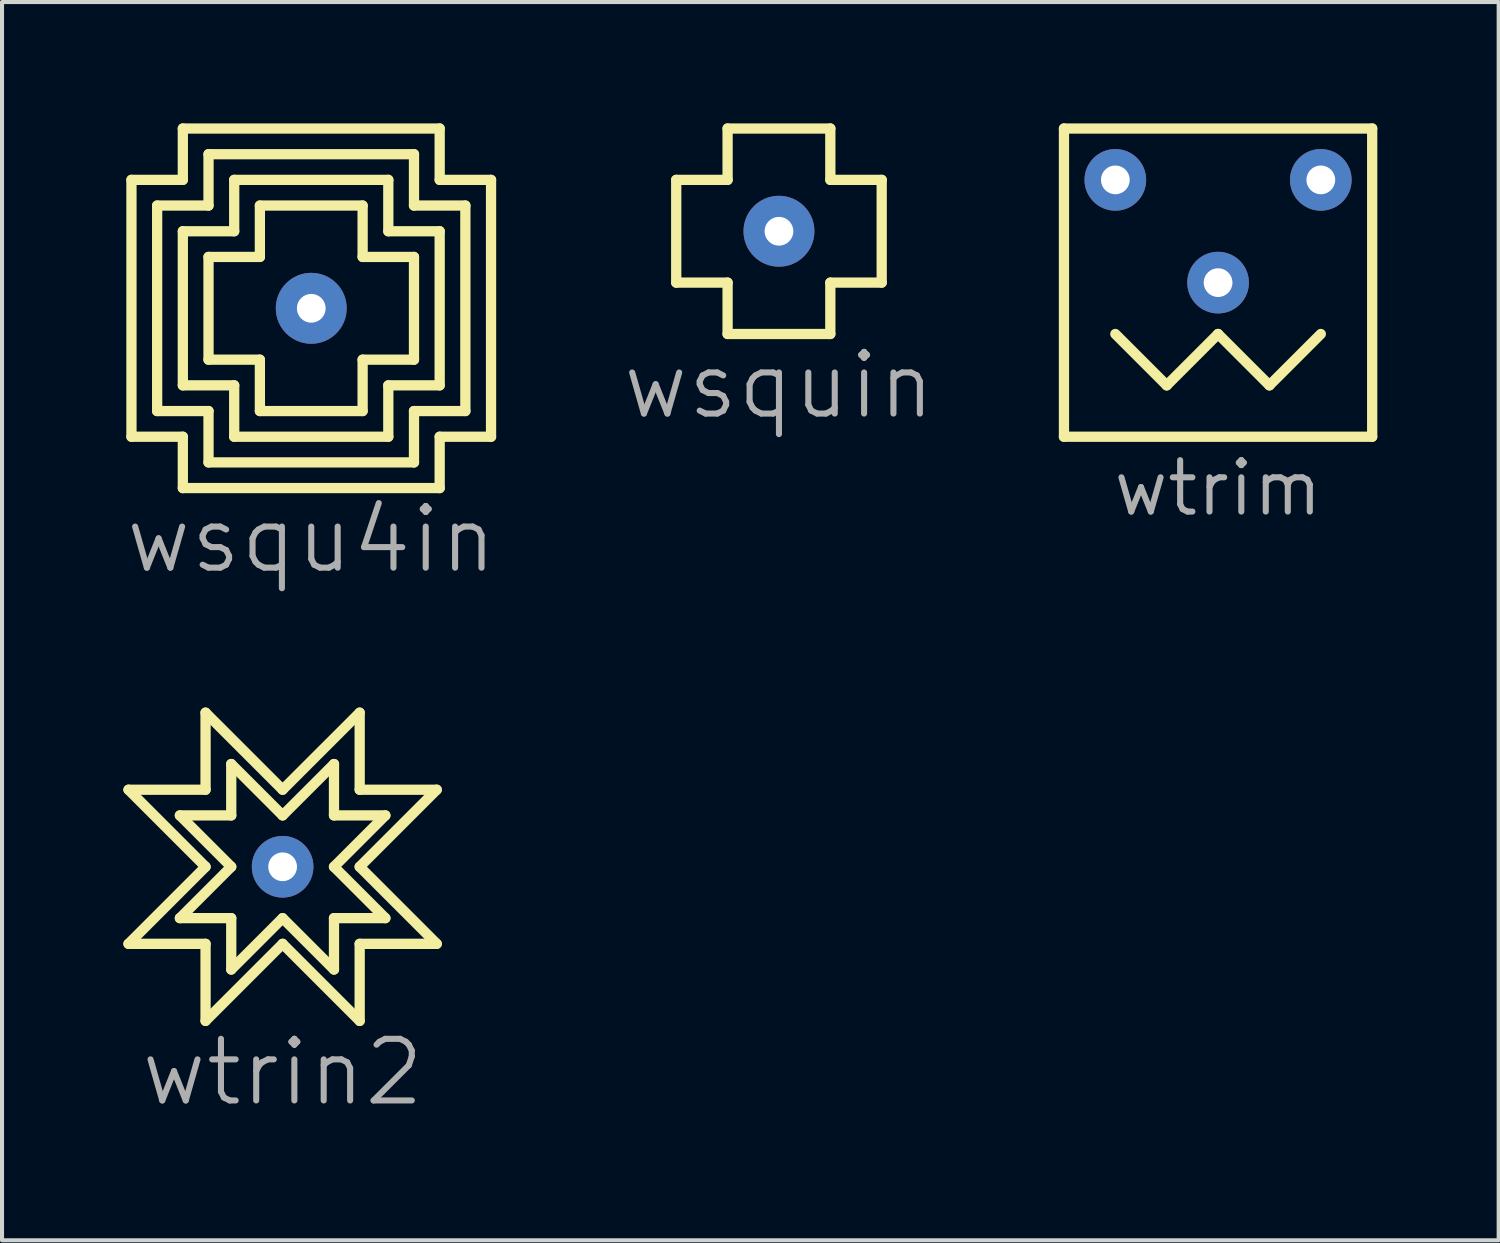
<source format=kicad_pcb>
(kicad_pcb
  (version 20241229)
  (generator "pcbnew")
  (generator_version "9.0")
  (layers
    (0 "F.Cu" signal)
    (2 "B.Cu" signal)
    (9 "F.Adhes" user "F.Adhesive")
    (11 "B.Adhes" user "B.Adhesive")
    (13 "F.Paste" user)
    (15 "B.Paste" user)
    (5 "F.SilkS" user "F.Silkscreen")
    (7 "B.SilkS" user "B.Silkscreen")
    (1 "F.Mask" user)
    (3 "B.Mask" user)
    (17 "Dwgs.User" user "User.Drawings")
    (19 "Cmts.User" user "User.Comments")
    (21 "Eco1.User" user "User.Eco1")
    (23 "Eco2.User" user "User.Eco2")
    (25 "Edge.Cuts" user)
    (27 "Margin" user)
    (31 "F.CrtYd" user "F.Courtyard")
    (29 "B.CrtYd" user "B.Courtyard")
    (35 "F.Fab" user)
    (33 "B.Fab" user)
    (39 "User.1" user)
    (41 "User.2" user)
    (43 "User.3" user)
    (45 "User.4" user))
  (footprint "wtrim"
    (layer "F.Cu")
    (at 24.524 1.397)
    (property "Reference" "wtrim" (at 2.54 7.62 0) (layer "F.Fab") (effects (font (size 1.27 1.27) (thickness 0.15))))
    (attr through_hole)
    (fp_line (start -1.27 -1.27) (end 6.35 -1.27) (stroke (width 0.254) (type default)) (layer "F.SilkS"))
    (fp_line (start -1.27 6.35) (end -1.27 -1.27) (stroke (width 0.254) (type default)) (layer "F.SilkS"))
    (fp_line (start 0 3.81) (end 1.27 5.08) (stroke (width 0.254) (type default)) (layer "F.SilkS"))
    (fp_line (start 1.27 5.08) (end 2.54 3.81) (stroke (width 0.254) (type default)) (layer "F.SilkS"))
    (fp_line (start 2.54 3.81) (end 3.81 5.08) (stroke (width 0.254) (type default)) (layer "F.SilkS"))
    (fp_line (start 3.81 5.08) (end 5.08 3.81) (stroke (width 0.254) (type default)) (layer "F.SilkS"))
    (fp_line (start 6.35 -1.27) (end 6.35 6.35) (stroke (width 0.254) (type default)) (layer "F.SilkS"))
    (fp_line (start 6.35 6.35) (end -1.27 6.35) (stroke (width 0.254) (type default)) (layer "F.SilkS"))
    (pad "1" thru_hole circle (at 0 0) (size 1.524 1.524) (drill 0.711) (layers "*.Cu" "*.Mask"))
    (pad "2" thru_hole circle (at 2.54 2.54) (size 1.524 1.524) (drill 0.711) (layers "*.Cu" "*.Mask"))
    (pad "3" thru_hole circle (at 5.08 0) (size 1.524 1.524) (drill 0.711) (layers "*.Cu" "*.Mask")))
  (footprint "wtrin2"
    (layer "F.Cu")
    (at 3.937 18.379)
    (property "Reference" "wtrin2" (at 0 5.08 0) (layer "F.Fab") (effects (font (size 1.524 1.524) (thickness 0.15))))
    (attr through_hole)
    (fp_line (start -3.81 -1.905) (end -1.905 0) (stroke (width 0.254) (type default)) (layer "F.SilkS"))
    (fp_line (start -3.81 1.905) (end -1.905 1.905) (stroke (width 0.254) (type default)) (layer "F.SilkS"))
    (fp_line (start -2.54 -1.27) (end -1.27 0) (stroke (width 0.254) (type default)) (layer "F.SilkS"))
    (fp_line (start -2.54 1.27) (end -1.27 1.27) (stroke (width 0.254) (type default)) (layer "F.SilkS"))
    (fp_line (start -1.905 -3.81) (end -1.905 -1.905) (stroke (width 0.254) (type default)) (layer "F.SilkS"))
    (fp_line (start -1.905 -1.905) (end -3.81 -1.905) (stroke (width 0.254) (type default)) (layer "F.SilkS"))
    (fp_line (start -1.905 0) (end -3.81 1.905) (stroke (width 0.254) (type default)) (layer "F.SilkS"))
    (fp_line (start -1.905 1.905) (end -1.905 3.81) (stroke (width 0.254) (type default)) (layer "F.SilkS"))
    (fp_line (start -1.905 3.81) (end 0 1.905) (stroke (width 0.254) (type default)) (layer "F.SilkS"))
    (fp_line (start -1.27 -2.54) (end -1.27 -1.27) (stroke (width 0.254) (type default)) (layer "F.SilkS"))
    (fp_line (start -1.27 -1.27) (end -2.54 -1.27) (stroke (width 0.254) (type default)) (layer "F.SilkS"))
    (fp_line (start -1.27 0) (end -2.54 1.27) (stroke (width 0.254) (type default)) (layer "F.SilkS"))
    (fp_line (start -1.27 1.27) (end -1.27 2.54) (stroke (width 0.254) (type default)) (layer "F.SilkS"))
    (fp_line (start -1.27 2.54) (end 0 1.27) (stroke (width 0.254) (type default)) (layer "F.SilkS"))
    (fp_line (start 0 -1.905) (end -1.905 -3.81) (stroke (width 0.254) (type default)) (layer "F.SilkS"))
    (fp_line (start 0 -1.27) (end -1.27 -2.54) (stroke (width 0.254) (type default)) (layer "F.SilkS"))
    (fp_line (start 0 1.27) (end 1.27 2.54) (stroke (width 0.254) (type default)) (layer "F.SilkS"))
    (fp_line (start 0 1.905) (end 1.905 3.81) (stroke (width 0.254) (type default)) (layer "F.SilkS"))
    (fp_line (start 1.27 -2.54) (end 0 -1.27) (stroke (width 0.254) (type default)) (layer "F.SilkS"))
    (fp_line (start 1.27 -1.27) (end 1.27 -2.54) (stroke (width 0.254) (type default)) (layer "F.SilkS"))
    (fp_line (start 1.27 0) (end 2.54 -1.27) (stroke (width 0.254) (type default)) (layer "F.SilkS"))
    (fp_line (start 1.27 1.27) (end 2.54 1.27) (stroke (width 0.254) (type default)) (layer "F.SilkS"))
    (fp_line (start 1.27 2.54) (end 1.27 1.27) (stroke (width 0.254) (type default)) (layer "F.SilkS"))
    (fp_line (start 1.905 -3.81) (end 0 -1.905) (stroke (width 0.254) (type default)) (layer "F.SilkS"))
    (fp_line (start 1.905 -1.905) (end 1.905 -3.81) (stroke (width 0.254) (type default)) (layer "F.SilkS"))
    (fp_line (start 1.905 0) (end 3.81 -1.905) (stroke (width 0.254) (type default)) (layer "F.SilkS"))
    (fp_line (start 1.905 1.905) (end 3.81 1.905) (stroke (width 0.254) (type default)) (layer "F.SilkS"))
    (fp_line (start 1.905 3.81) (end 1.905 1.905) (stroke (width 0.254) (type default)) (layer "F.SilkS"))
    (fp_line (start 2.54 -1.27) (end 1.27 -1.27) (stroke (width 0.254) (type default)) (layer "F.SilkS"))
    (fp_line (start 2.54 1.27) (end 1.27 0) (stroke (width 0.254) (type default)) (layer "F.SilkS"))
    (fp_line (start 3.81 -1.905) (end 1.905 -1.905) (stroke (width 0.254) (type default)) (layer "F.SilkS"))
    (fp_line (start 3.81 1.905) (end 1.905 0) (stroke (width 0.254) (type default)) (layer "F.SilkS"))
    (pad "1" thru_hole circle (at 0 0) (size 1.524 1.524) (drill 0.711) (layers "*.Cu" "*.Mask")))
  (footprint "wsquin"
    (layer "F.Cu")
    (at 16.208 2.667)
    (property "Reference" "wsquin" (at 0 3.81 0) (layer "F.Fab") (effects (font (size 1.524 1.524) (thickness 0.15))))
    (attr through_hole)
    (fp_line (start -2.54 -1.27) (end -2.54 1.27) (stroke (width 0.254) (type default)) (layer "F.SilkS"))
    (fp_line (start -2.54 1.27) (end -1.27 1.27) (stroke (width 0.254) (type default)) (layer "F.SilkS"))
    (fp_line (start -1.27 -2.54) (end -1.27 -1.27) (stroke (width 0.254) (type default)) (layer "F.SilkS"))
    (fp_line (start -1.27 -1.27) (end -2.54 -1.27) (stroke (width 0.254) (type default)) (layer "F.SilkS"))
    (fp_line (start -1.27 1.27) (end -1.27 2.54) (stroke (width 0.254) (type default)) (layer "F.SilkS"))
    (fp_line (start -1.27 2.54) (end 1.27 2.54) (stroke (width 0.254) (type default)) (layer "F.SilkS"))
    (fp_line (start 1.27 -2.54) (end -1.27 -2.54) (stroke (width 0.254) (type default)) (layer "F.SilkS"))
    (fp_line (start 1.27 -1.27) (end 1.27 -2.54) (stroke (width 0.254) (type default)) (layer "F.SilkS"))
    (fp_line (start 1.27 1.27) (end 2.54 1.27) (stroke (width 0.254) (type default)) (layer "F.SilkS"))
    (fp_line (start 1.27 2.54) (end 1.27 1.27) (stroke (width 0.254) (type default)) (layer "F.SilkS"))
    (fp_line (start 2.54 -1.27) (end 1.27 -1.27) (stroke (width 0.254) (type default)) (layer "F.SilkS"))
    (fp_line (start 2.54 1.27) (end 2.54 -1.27) (stroke (width 0.254) (type default)) (layer "F.SilkS"))
    (pad "1" thru_hole circle (at 0 0) (size 1.753 1.753) (drill 0.711) (layers "*.Cu" "*.Mask")))
  (footprint "wsqu4in"
    (layer "F.Cu")
    (at 4.645 4.572)
    (property "Reference" "wsqu4in" (at 0 5.715 0) (layer "F.Fab") (effects (font (size 1.524 1.524) (thickness 0.15))))
    (attr through_hole)
    (fp_line (start -4.445 -3.175) (end -3.175 -3.175) (stroke (width 0.254) (type default)) (layer "F.SilkS"))
    (fp_line (start -4.445 3.175) (end -4.445 -3.175) (stroke (width 0.254) (type default)) (layer "F.SilkS"))
    (fp_line (start -3.81 -2.54) (end -2.54 -2.54) (stroke (width 0.254) (type default)) (layer "F.SilkS"))
    (fp_line (start -3.81 2.54) (end -3.81 -2.54) (stroke (width 0.254) (type default)) (layer "F.SilkS"))
    (fp_line (start -3.175 -4.445) (end 3.175 -4.445) (stroke (width 0.254) (type default)) (layer "F.SilkS"))
    (fp_line (start -3.175 -3.175) (end -3.175 -4.445) (stroke (width 0.254) (type default)) (layer "F.SilkS"))
    (fp_line (start -3.175 -1.905) (end -1.905 -1.905) (stroke (width 0.254) (type default)) (layer "F.SilkS"))
    (fp_line (start -3.175 1.905) (end -3.175 -1.905) (stroke (width 0.254) (type default)) (layer "F.SilkS"))
    (fp_line (start -3.175 3.175) (end -4.445 3.175) (stroke (width 0.254) (type default)) (layer "F.SilkS"))
    (fp_line (start -3.175 4.445) (end -3.175 3.175) (stroke (width 0.254) (type default)) (layer "F.SilkS"))
    (fp_line (start -2.54 -3.81) (end 2.54 -3.81) (stroke (width 0.254) (type default)) (layer "F.SilkS"))
    (fp_line (start -2.54 -2.54) (end -2.54 -3.81) (stroke (width 0.254) (type default)) (layer "F.SilkS"))
    (fp_line (start -2.54 -1.27) (end -2.54 1.27) (stroke (width 0.254) (type default)) (layer "F.SilkS"))
    (fp_line (start -2.54 1.27) (end -1.27 1.27) (stroke (width 0.254) (type default)) (layer "F.SilkS"))
    (fp_line (start -2.54 2.54) (end -3.81 2.54) (stroke (width 0.254) (type default)) (layer "F.SilkS"))
    (fp_line (start -2.54 3.81) (end -2.54 2.54) (stroke (width 0.254) (type default)) (layer "F.SilkS"))
    (fp_line (start -1.905 -3.175) (end 1.905 -3.175) (stroke (width 0.254) (type default)) (layer "F.SilkS"))
    (fp_line (start -1.905 -1.905) (end -1.905 -3.175) (stroke (width 0.254) (type default)) (layer "F.SilkS"))
    (fp_line (start -1.905 1.905) (end -3.175 1.905) (stroke (width 0.254) (type default)) (layer "F.SilkS"))
    (fp_line (start -1.905 3.175) (end -1.905 1.905) (stroke (width 0.254) (type default)) (layer "F.SilkS"))
    (fp_line (start -1.27 -2.54) (end -1.27 -1.27) (stroke (width 0.254) (type default)) (layer "F.SilkS"))
    (fp_line (start -1.27 -1.27) (end -2.54 -1.27) (stroke (width 0.254) (type default)) (layer "F.SilkS"))
    (fp_line (start -1.27 1.27) (end -1.27 2.54) (stroke (width 0.254) (type default)) (layer "F.SilkS"))
    (fp_line (start -1.27 2.54) (end 1.27 2.54) (stroke (width 0.254) (type default)) (layer "F.SilkS"))
    (fp_line (start 1.27 -2.54) (end -1.27 -2.54) (stroke (width 0.254) (type default)) (layer "F.SilkS"))
    (fp_line (start 1.27 -1.27) (end 1.27 -2.54) (stroke (width 0.254) (type default)) (layer "F.SilkS"))
    (fp_line (start 1.27 1.27) (end 2.54 1.27) (stroke (width 0.254) (type default)) (layer "F.SilkS"))
    (fp_line (start 1.27 2.54) (end 1.27 1.27) (stroke (width 0.254) (type default)) (layer "F.SilkS"))
    (fp_line (start 1.905 -3.175) (end 1.905 -1.905) (stroke (width 0.254) (type default)) (layer "F.SilkS"))
    (fp_line (start 1.905 -1.905) (end 3.175 -1.905) (stroke (width 0.254) (type default)) (layer "F.SilkS"))
    (fp_line (start 1.905 1.905) (end 1.905 3.175) (stroke (width 0.254) (type default)) (layer "F.SilkS"))
    (fp_line (start 1.905 3.175) (end -1.905 3.175) (stroke (width 0.254) (type default)) (layer "F.SilkS"))
    (fp_line (start 2.54 -3.81) (end 2.54 -2.54) (stroke (width 0.254) (type default)) (layer "F.SilkS"))
    (fp_line (start 2.54 -2.54) (end 3.81 -2.54) (stroke (width 0.254) (type default)) (layer "F.SilkS"))
    (fp_line (start 2.54 -1.27) (end 1.27 -1.27) (stroke (width 0.254) (type default)) (layer "F.SilkS"))
    (fp_line (start 2.54 1.27) (end 2.54 -1.27) (stroke (width 0.254) (type default)) (layer "F.SilkS"))
    (fp_line (start 2.54 2.54) (end 2.54 3.81) (stroke (width 0.254) (type default)) (layer "F.SilkS"))
    (fp_line (start 2.54 3.81) (end -2.54 3.81) (stroke (width 0.254) (type default)) (layer "F.SilkS"))
    (fp_line (start 3.175 -4.445) (end 3.175 -3.175) (stroke (width 0.254) (type default)) (layer "F.SilkS"))
    (fp_line (start 3.175 -3.175) (end 4.445 -3.175) (stroke (width 0.254) (type default)) (layer "F.SilkS"))
    (fp_line (start 3.175 -1.905) (end 3.175 1.905) (stroke (width 0.254) (type default)) (layer "F.SilkS"))
    (fp_line (start 3.175 1.905) (end 1.905 1.905) (stroke (width 0.254) (type default)) (layer "F.SilkS"))
    (fp_line (start 3.175 3.175) (end 3.175 4.445) (stroke (width 0.254) (type default)) (layer "F.SilkS"))
    (fp_line (start 3.175 4.445) (end -3.175 4.445) (stroke (width 0.254) (type default)) (layer "F.SilkS"))
    (fp_line (start 3.81 -2.54) (end 3.81 2.54) (stroke (width 0.254) (type default)) (layer "F.SilkS"))
    (fp_line (start 3.81 2.54) (end 2.54 2.54) (stroke (width 0.254) (type default)) (layer "F.SilkS"))
    (fp_line (start 4.445 -3.175) (end 4.445 3.175) (stroke (width 0.254) (type default)) (layer "F.SilkS"))
    (fp_line (start 4.445 3.175) (end 3.175 3.175) (stroke (width 0.254) (type default)) (layer "F.SilkS"))
    (pad "1" thru_hole circle (at 0 0) (size 1.753 1.753) (drill 0.711) (layers "*.Cu" "*.Mask")))
  (gr_rect
    (start -3 -3)
    (end 34.001 27.614)
    (stroke (width 0.1) (type default))
    (fill no)
    (layer "Edge.Cuts")))
</source>
